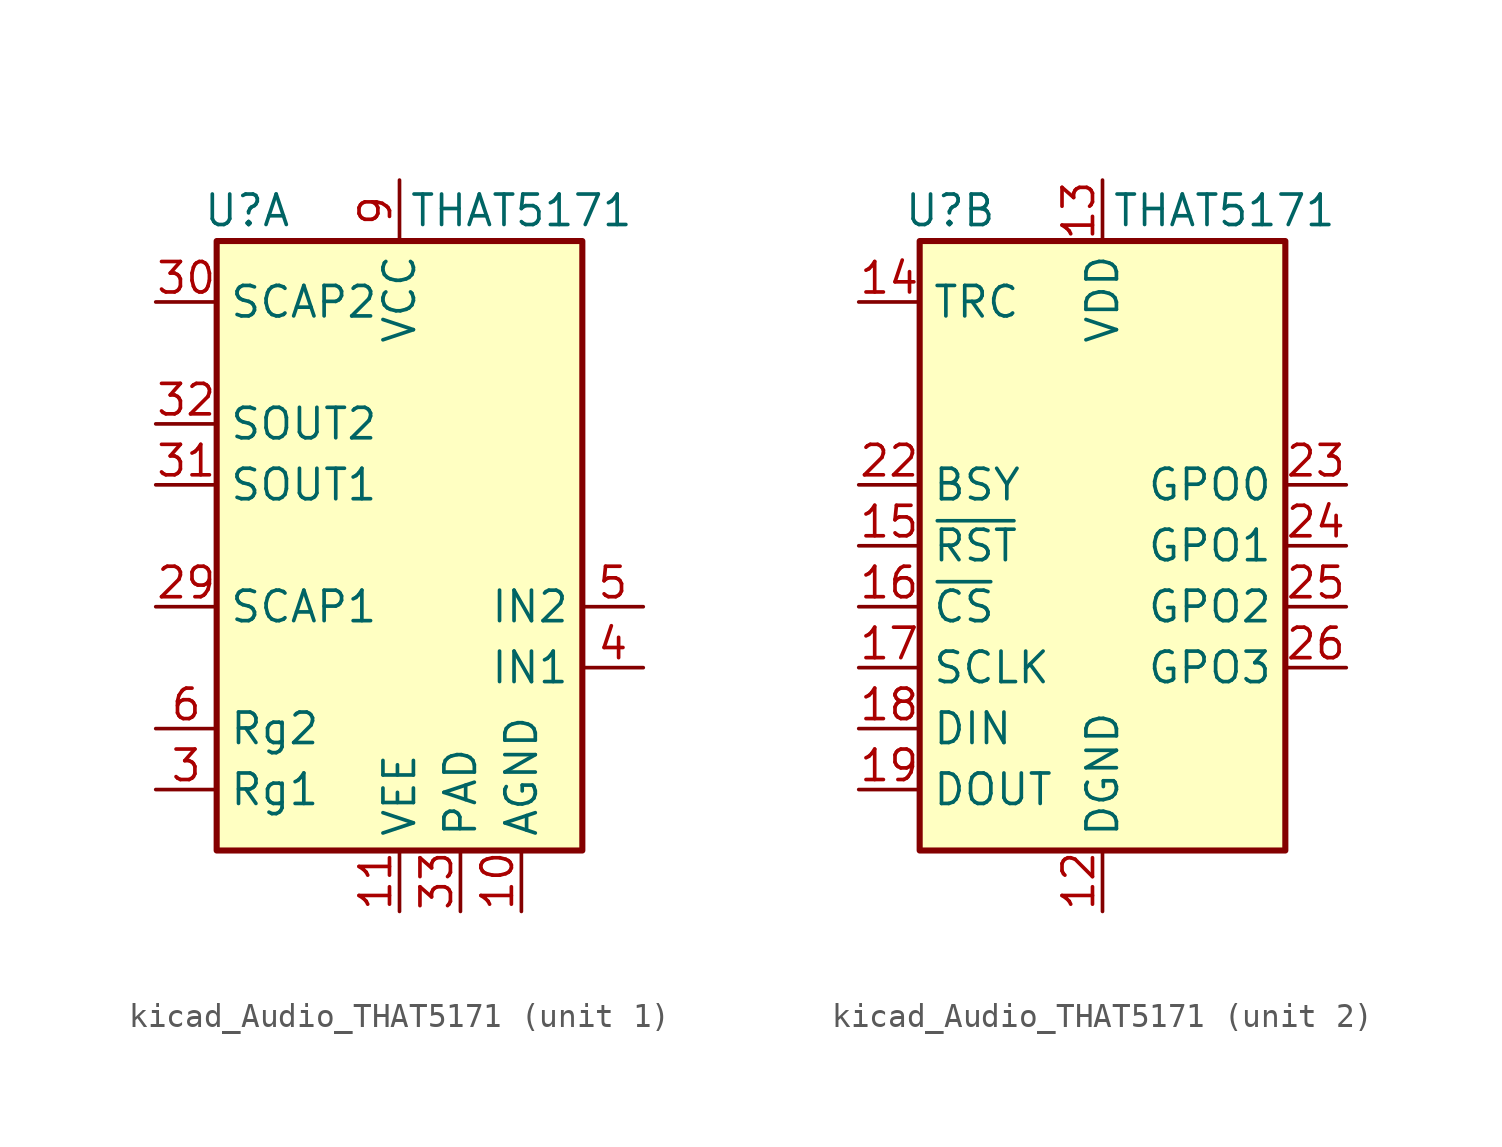
<source format=kicad_sym>
(kicad_symbol_lib
  (version 20220914)
  (generator kicad_symbol_editor)
  (symbol "kicad_Audio_THAT5171"
    (property "Reference" "U"
      (at -6.35 13.97 0)
      (effects (font (size 1.27 1.27))))
    (property "Value" "THAT5171"
      (at 5.08 13.97 0)
      (effects (font (size 1.27 1.27))))
    (property "ki_locked" ""
      (at 0 0 0)
      (effects (font (size 1.27 1.27))))
    (symbol "kicad_Audio_THAT5171_0_1"
      (rectangle (start -7.62 12.7) (end 7.62 -12.7) (stroke (width 0.254) (type default)) (fill (type background))))
    (symbol "kicad_Audio_THAT5171_1_1"
      (pin no_connect line (at 7.62 10.16 180) (length 2.54) hide (name "NC" (effects (font (size 1.27 1.27)))) (number "1" (effects (font (size 1.27 1.27)))))
      (pin power_in line (at 5.08 -15.24 90) (length 2.54) (name "AGND" (effects (font (size 1.27 1.27)))) (number "10" (effects (font (size 1.27 1.27)))))
      (pin power_in line (at 0 -15.24 90) (length 2.54) (name "VEE" (effects (font (size 1.27 1.27)))) (number "11" (effects (font (size 1.27 1.27)))))
      (pin no_connect line (at 7.62 7.62 180) (length 2.54) hide (name "NC" (effects (font (size 1.27 1.27)))) (number "2" (effects (font (size 1.27 1.27)))))
      (pin no_connect line (at 7.62 0 180) (length 2.54) hide (name "NC" (effects (font (size 1.27 1.27)))) (number "27" (effects (font (size 1.27 1.27)))))
      (pin passive line (at 5.08 -15.24 90) (length 2.54) hide (name "AGND" (effects (font (size 1.27 1.27)))) (number "28" (effects (font (size 1.27 1.27)))))
      (pin passive line (at -10.16 -2.54 0) (length 2.54) (name "SCAP1" (effects (font (size 1.27 1.27)))) (number "29" (effects (font (size 1.27 1.27)))))
      (pin passive line (at -10.16 -10.16 0) (length 2.54) (name "Rg1" (effects (font (size 1.27 1.27)))) (number "3" (effects (font (size 1.27 1.27)))))
      (pin passive line (at -10.16 10.16 0) (length 2.54) (name "SCAP2" (effects (font (size 1.27 1.27)))) (number "30" (effects (font (size 1.27 1.27)))))
      (pin output line (at -10.16 2.54 0) (length 2.54) (name "SOUT1" (effects (font (size 1.27 1.27)))) (number "31" (effects (font (size 1.27 1.27)))))
      (pin output line (at -10.16 5.08 0) (length 2.54) (name "SOUT2" (effects (font (size 1.27 1.27)))) (number "32" (effects (font (size 1.27 1.27)))))
      (pin passive line (at 2.54 -15.24 90) (length 2.54) (name "PAD" (effects (font (size 1.27 1.27)))) (number "33" (effects (font (size 1.27 1.27)))))
      (pin input line (at 10.16 -5.08 180) (length 2.54) (name "IN1" (effects (font (size 1.27 1.27)))) (number "4" (effects (font (size 1.27 1.27)))))
      (pin input line (at 10.16 -2.54 180) (length 2.54) (name "IN2" (effects (font (size 1.27 1.27)))) (number "5" (effects (font (size 1.27 1.27)))))
      (pin passive line (at -10.16 -7.62 0) (length 2.54) (name "Rg2" (effects (font (size 1.27 1.27)))) (number "6" (effects (font (size 1.27 1.27)))))
      (pin no_connect line (at 7.62 5.08 180) (length 2.54) hide (name "NC" (effects (font (size 1.27 1.27)))) (number "7" (effects (font (size 1.27 1.27)))))
      (pin no_connect line (at 7.62 2.54 180) (length 2.54) hide (name "NC" (effects (font (size 1.27 1.27)))) (number "8" (effects (font (size 1.27 1.27)))))
      (pin power_in line (at 0 15.24 270) (length 2.54) (name "VCC" (effects (font (size 1.27 1.27)))) (number "9" (effects (font (size 1.27 1.27))))))
    (symbol "kicad_Audio_THAT5171_2_1"
      (pin power_in line (at 0 -15.24 90) (length 2.54) (name "DGND" (effects (font (size 1.27 1.27)))) (number "12" (effects (font (size 1.27 1.27)))))
      (pin power_in line (at 0 15.24 270) (length 2.54) (name "VDD" (effects (font (size 1.27 1.27)))) (number "13" (effects (font (size 1.27 1.27)))))
      (pin passive line (at -10.16 10.16 0) (length 2.54) (name "TRC" (effects (font (size 1.27 1.27)))) (number "14" (effects (font (size 1.27 1.27)))))
      (pin input line (at -10.16 0 0) (length 2.54) (name "~{RST}" (effects (font (size 1.27 1.27)))) (number "15" (effects (font (size 1.27 1.27)))))
      (pin input line (at -10.16 -2.54 0) (length 2.54) (name "~{CS}" (effects (font (size 1.27 1.27)))) (number "16" (effects (font (size 1.27 1.27)))))
      (pin input line (at -10.16 -5.08 0) (length 2.54) (name "SCLK" (effects (font (size 1.27 1.27)))) (number "17" (effects (font (size 1.27 1.27)))))
      (pin input line (at -10.16 -7.62 0) (length 2.54) (name "DIN" (effects (font (size 1.27 1.27)))) (number "18" (effects (font (size 1.27 1.27)))))
      (pin tri_state line (at -10.16 -10.16 0) (length 2.54) (name "DOUT" (effects (font (size 1.27 1.27)))) (number "19" (effects (font (size 1.27 1.27)))))
      (pin passive line (at 0 -15.24 90) (length 2.54) hide (name "DGND" (effects (font (size 1.27 1.27)))) (number "20" (effects (font (size 1.27 1.27)))))
      (pin passive line (at 0 15.24 270) (length 2.54) hide (name "VDD" (effects (font (size 1.27 1.27)))) (number "21" (effects (font (size 1.27 1.27)))))
      (pin output line (at -10.16 2.54 0) (length 2.54) (name "BSY" (effects (font (size 1.27 1.27)))) (number "22" (effects (font (size 1.27 1.27)))))
      (pin bidirectional line (at 10.16 2.54 180) (length 2.54) (name "GPO0" (effects (font (size 1.27 1.27)))) (number "23" (effects (font (size 1.27 1.27)))))
      (pin bidirectional line (at 10.16 0 180) (length 2.54) (name "GPO1" (effects (font (size 1.27 1.27)))) (number "24" (effects (font (size 1.27 1.27)))))
      (pin bidirectional line (at 10.16 -2.54 180) (length 2.54) (name "GPO2" (effects (font (size 1.27 1.27)))) (number "25" (effects (font (size 1.27 1.27)))))
      (pin bidirectional line (at 10.16 -5.08 180) (length 2.54) (name "GPO3" (effects (font (size 1.27 1.27)))) (number "26" (effects (font (size 1.27 1.27))))))))
</source>
